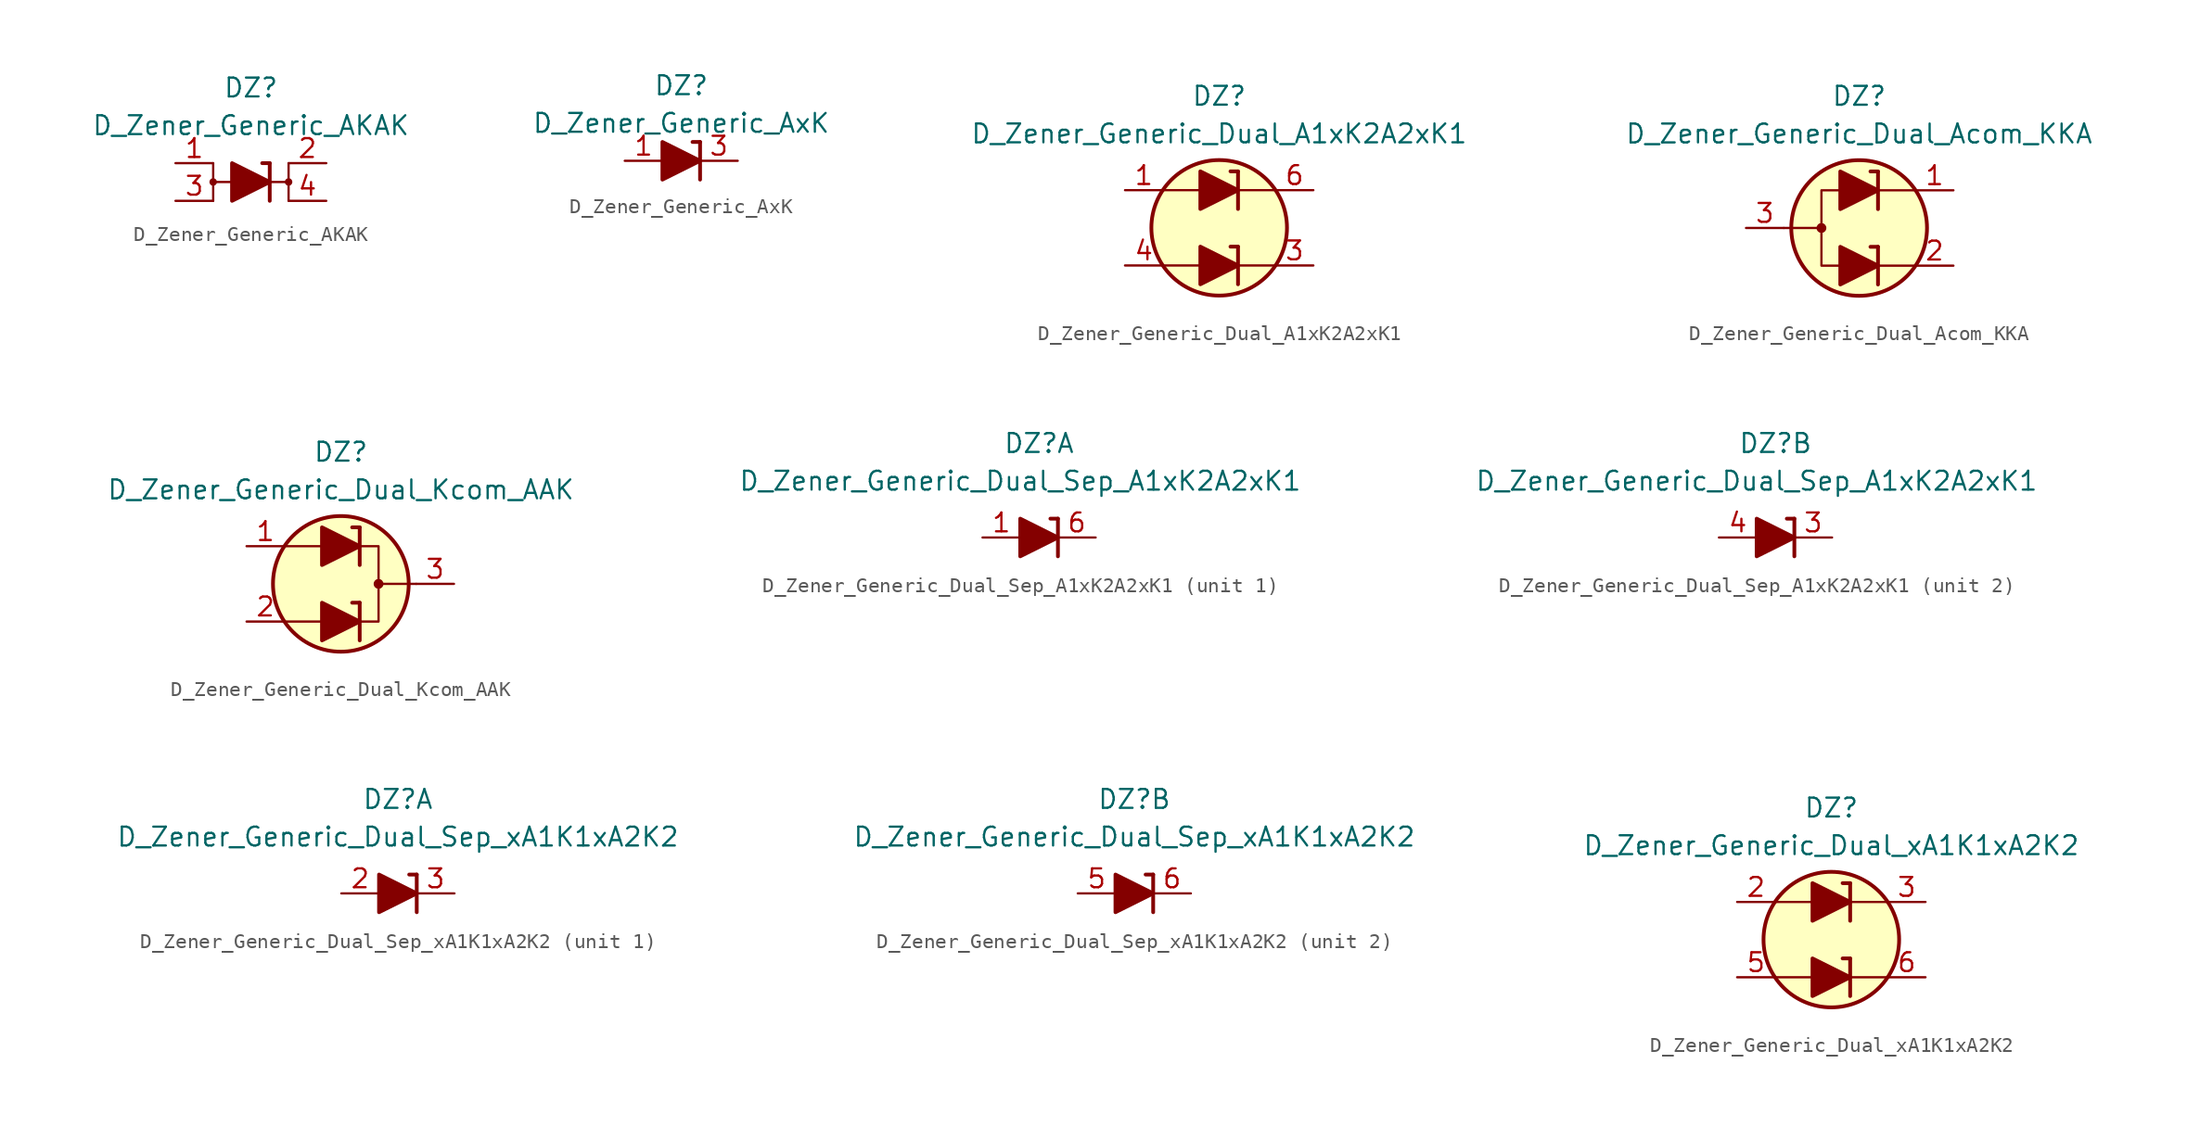
<source format=kicad_sym>
(kicad_symbol_lib
  (version 20211014)
  (generator kicad_symbol_editor)
  (symbol "D_Zener_Generic_AKAK"
    (pin_names
      (offset 1.016) hide)
    (property "Reference" "DZ"
      (at 0 6.35 0)
      (effects (font (size 1.27 1.27))))
    (property "Value" "D_Zener_Generic_AKAK"
      (at 0 3.81 0)
      (effects (font (size 1.27 1.27))))
    (symbol "D_Zener_Generic_AKAK_0_1"
      (circle (center -2.54 0) (radius 0.178) (stroke (width 0) (type default) (color 0 0 0 0)) (fill (type outline)))
      (polyline (pts (xy -2.54 -1.27) (xy -2.54 1.27)) (stroke (width 0) (type default) (color 0 0 0 0)) (fill (type none)))
      (polyline (pts (xy -1.27 0) (xy -2.54 0)) (stroke (width 0) (type default) (color 0 0 0 0)) (fill (type none)))
      (polyline (pts (xy -1.27 0) (xy 1.27 0)) (stroke (width 0) (type default) (color 0 0 0 0)) (fill (type none)))
      (polyline (pts (xy 1.27 -1.27) (xy 1.27 1.27)) (stroke (width 0.254) (type default) (color 0 0 0 0)) (fill (type none)))
      (polyline (pts (xy 1.27 1.27) (xy 0.762 1.27)) (stroke (width 0.254) (type default) (color 0 0 0 0)) (fill (type none)))
      (polyline (pts (xy -1.27 1.27) (xy -1.27 -1.27) (xy 1.27 0) (xy -1.27 1.27)) (stroke (width 0.254) (type default) (color 0 0 0 0)) (fill (type outline))))
    (symbol "D_Zener_Generic_AKAK_1_1"
      (polyline (pts (xy 1.27 0) (xy 2.54 0)) (stroke (width 0) (type default) (color 0 0 0 0)) (fill (type none)))
      (polyline (pts (xy 2.54 1.27) (xy 2.54 -1.27)) (stroke (width 0) (type default) (color 0 0 0 0)) (fill (type none)))
      (circle (center 2.54 0) (radius 0.178) (stroke (width 0) (type default) (color 0 0 0 0)) (fill (type outline)))
      (pin passive line (at -5.08 1.27 0) (length 2.54) (name "A" (effects (font (size 1.27 1.27)))) (number "1" (effects (font (size 1.27 1.27)))))
      (pin passive line (at 5.08 1.27 180) (length 2.54) (name "K" (effects (font (size 1.27 1.27)))) (number "2" (effects (font (size 1.27 1.27)))))
      (pin passive line (at -5.08 -1.27 0) (length 2.54) (name "A" (effects (font (size 1.27 1.27)))) (number "3" (effects (font (size 1.27 1.27)))))
      (pin passive line (at 5.08 -1.27 180) (length 2.54) (name "K" (effects (font (size 1.27 1.27)))) (number "4" (effects (font (size 1.27 1.27)))))))
  (symbol "D_Zener_Generic_AxK"
    (pin_names
      (offset 1.016) hide)
    (property "Reference" "DZ"
      (at 0 5.08 0)
      (effects (font (size 1.27 1.27))))
    (property "Value" "D_Zener_Generic_AxK"
      (at 0 2.54 0)
      (effects (font (size 1.27 1.27))))
    (symbol "D_Zener_Generic_AxK_0_1"
      (polyline (pts (xy -1.27 0) (xy 1.27 0)) (stroke (width 0) (type default) (color 0 0 0 0)) (fill (type none)))
      (polyline (pts (xy 1.27 -1.27) (xy 1.27 1.27)) (stroke (width 0.254) (type default) (color 0 0 0 0)) (fill (type none)))
      (polyline (pts (xy 1.27 1.27) (xy 0.762 1.27)) (stroke (width 0.254) (type default) (color 0 0 0 0)) (fill (type none)))
      (polyline (pts (xy -1.27 1.27) (xy -1.27 -1.27) (xy 1.27 0) (xy -1.27 1.27)) (stroke (width 0.254) (type default) (color 0 0 0 0)) (fill (type outline))))
    (symbol "D_Zener_Generic_AxK_1_1"
      (pin passive line (at -3.81 0 0) (length 2.54) (name "A" (effects (font (size 1.27 1.27)))) (number "1" (effects (font (size 1.27 1.27)))))
      (pin no_connect line (at 0 0 0) (length 2.54) hide (name "NC" (effects (font (size 1.27 1.27)))) (number "2" (effects (font (size 1.27 1.27)))))
      (pin passive line (at 3.81 0 180) (length 2.54) (name "K" (effects (font (size 1.27 1.27)))) (number "3" (effects (font (size 1.27 1.27)))))))
  (symbol "D_Zener_Generic_Dual_A1xK2A2xK1"
    (pin_names
      (offset 1.016) hide)
    (property "Reference" "DZ"
      (at 0 8.89 0)
      (effects (font (size 1.27 1.27))))
    (property "Value" "D_Zener_Generic_Dual_A1xK2A2xK1"
      (at 0 6.35 0)
      (effects (font (size 1.27 1.27))))
    (symbol "D_Zener_Generic_Dual_A1xK2A2xK1_0_1"
      (polyline (pts (xy -3.81 -2.54) (xy -1.27 -2.54)) (stroke (width 0) (type default) (color 0 0 0 0)) (fill (type none)))
      (polyline (pts (xy -3.81 2.54) (xy -1.27 2.54)) (stroke (width 0) (type default) (color 0 0 0 0)) (fill (type none)))
      (polyline (pts (xy 1.27 -2.54) (xy 3.81 -2.54)) (stroke (width 0) (type default) (color 0 0 0 0)) (fill (type none)))
      (polyline (pts (xy 1.27 -1.27) (xy 0.762 -1.27)) (stroke (width 0.254) (type default) (color 0 0 0 0)) (fill (type none)))
      (polyline (pts (xy 1.27 -1.27) (xy 1.27 -3.81)) (stroke (width 0.254) (type default) (color 0 0 0 0)) (fill (type none)))
      (polyline (pts (xy 1.27 2.54) (xy 3.81 2.54)) (stroke (width 0) (type default) (color 0 0 0 0)) (fill (type none)))
      (polyline (pts (xy 1.27 3.81) (xy 0.762 3.81)) (stroke (width 0.254) (type default) (color 0 0 0 0)) (fill (type none)))
      (polyline (pts (xy 1.27 3.81) (xy 1.27 1.27)) (stroke (width 0.254) (type default) (color 0 0 0 0)) (fill (type none)))
      (circle (center 0 0) (radius 4.572) (stroke (width 0.254) (type default) (color 0 0 0 0)) (fill (type background))))
    (symbol "D_Zener_Generic_Dual_A1xK2A2xK1_1_1"
      (polyline (pts (xy -1.27 -2.54) (xy 1.27 -2.54)) (stroke (width 0) (type default) (color 0 0 0 0)) (fill (type none)))
      (polyline (pts (xy -1.27 2.54) (xy 1.27 2.54)) (stroke (width 0) (type default) (color 0 0 0 0)) (fill (type none)))
      (polyline (pts (xy -1.27 -1.27) (xy -1.27 -3.81) (xy 1.27 -2.54) (xy -1.27 -1.27)) (stroke (width 0.254) (type default) (color 0 0 0 0)) (fill (type outline)))
      (polyline (pts (xy -1.27 3.81) (xy -1.27 1.27) (xy 1.27 2.54) (xy -1.27 3.81)) (stroke (width 0.254) (type default) (color 0 0 0 0)) (fill (type outline)))
      (pin passive line (at -6.35 2.54 0) (length 2.54) (name "A1" (effects (font (size 1.27 1.27)))) (number "1" (effects (font (size 1.27 1.27)))))
      (pin no_connect line (at -2.54 0 0) (length 2.54) hide (name "NC" (effects (font (size 1.27 1.27)))) (number "2" (effects (font (size 1.27 1.27)))))
      (pin passive line (at 6.35 -2.54 180) (length 2.54) (name "K2" (effects (font (size 1.27 1.27)))) (number "3" (effects (font (size 1.27 1.27)))))
      (pin passive line (at -6.35 -2.54 0) (length 2.54) (name "A2" (effects (font (size 1.27 1.27)))) (number "4" (effects (font (size 1.27 1.27)))))
      (pin no_connect line (at 2.54 0 180) (length 2.54) hide (name "NC" (effects (font (size 1.27 1.27)))) (number "5" (effects (font (size 1.27 1.27)))))
      (pin passive line (at 6.35 2.54 180) (length 2.54) (name "K1" (effects (font (size 1.27 1.27)))) (number "6" (effects (font (size 1.27 1.27)))))))
  (symbol "D_Zener_Generic_Dual_Acom_KKA"
    (pin_names
      (offset 1.016) hide)
    (property "Reference" "DZ"
      (at 0 8.89 0)
      (effects (font (size 1.27 1.27))))
    (property "Value" "D_Zener_Generic_Dual_Acom_KKA"
      (at 0 6.35 0)
      (effects (font (size 1.27 1.27))))
    (symbol "D_Zener_Generic_Dual_Acom_KKA_0_1"
      (circle (center -2.54 0) (radius 0.254) (stroke (width 0) (type default) (color 0 0 0 0)) (fill (type outline)))
      (polyline (pts (xy -5.08 0) (xy -2.54 0)) (stroke (width 0) (type default) (color 0 0 0 0)) (fill (type none)))
      (polyline (pts (xy 1.27 -2.54) (xy 3.81 -2.54)) (stroke (width 0) (type default) (color 0 0 0 0)) (fill (type none)))
      (polyline (pts (xy 1.27 -1.27) (xy 0.762 -1.27)) (stroke (width 0.254) (type default) (color 0 0 0 0)) (fill (type none)))
      (polyline (pts (xy 1.27 -1.27) (xy 1.27 -3.81)) (stroke (width 0.254) (type default) (color 0 0 0 0)) (fill (type none)))
      (polyline (pts (xy 1.27 2.54) (xy 3.81 2.54)) (stroke (width 0) (type default) (color 0 0 0 0)) (fill (type none)))
      (polyline (pts (xy 1.27 3.81) (xy 0.762 3.81)) (stroke (width 0.254) (type default) (color 0 0 0 0)) (fill (type none)))
      (polyline (pts (xy 1.27 3.81) (xy 1.27 1.27)) (stroke (width 0.254) (type default) (color 0 0 0 0)) (fill (type none)))
      (polyline (pts (xy -1.27 -2.54) (xy -2.54 -2.54) (xy -2.54 2.54) (xy -1.27 2.54)) (stroke (width 0) (type default) (color 0 0 0 0)) (fill (type none)))
      (circle (center 0 0) (radius 4.572) (stroke (width 0.254) (type default) (color 0 0 0 0)) (fill (type background))))
    (symbol "D_Zener_Generic_Dual_Acom_KKA_1_1"
      (polyline (pts (xy -1.27 -2.54) (xy 1.27 -2.54)) (stroke (width 0) (type default) (color 0 0 0 0)) (fill (type none)))
      (polyline (pts (xy -1.27 2.54) (xy 1.27 2.54)) (stroke (width 0) (type default) (color 0 0 0 0)) (fill (type none)))
      (polyline (pts (xy -1.27 -1.27) (xy -1.27 -3.81) (xy 1.27 -2.54) (xy -1.27 -1.27)) (stroke (width 0.254) (type default) (color 0 0 0 0)) (fill (type outline)))
      (polyline (pts (xy -1.27 3.81) (xy -1.27 1.27) (xy 1.27 2.54) (xy -1.27 3.81)) (stroke (width 0.254) (type default) (color 0 0 0 0)) (fill (type outline)))
      (pin passive line (at 6.35 2.54 180) (length 2.54) (name "K1" (effects (font (size 1.27 1.27)))) (number "1" (effects (font (size 1.27 1.27)))))
      (pin passive line (at 6.35 -2.54 180) (length 2.54) (name "K2" (effects (font (size 1.27 1.27)))) (number "2" (effects (font (size 1.27 1.27)))))
      (pin passive line (at -7.62 0 0) (length 2.54) (name "A" (effects (font (size 1.27 1.27)))) (number "3" (effects (font (size 1.27 1.27)))))))
  (symbol "D_Zener_Generic_Dual_Kcom_AAK"
    (pin_names
      (offset 1.016) hide)
    (property "Reference" "DZ"
      (at 0 8.89 0)
      (effects (font (size 1.27 1.27))))
    (property "Value" "D_Zener_Generic_Dual_Kcom_AAK"
      (at 0 6.35 0)
      (effects (font (size 1.27 1.27))))
    (symbol "D_Zener_Generic_Dual_Kcom_AAK_0_1"
      (polyline (pts (xy -1.27 -2.54) (xy -3.81 -2.54)) (stroke (width 0) (type default) (color 0 0 0 0)) (fill (type none)))
      (polyline (pts (xy -1.27 2.54) (xy -3.81 2.54)) (stroke (width 0) (type default) (color 0 0 0 0)) (fill (type none)))
      (polyline (pts (xy 1.27 -3.81) (xy 1.27 -1.27)) (stroke (width 0.254) (type default) (color 0 0 0 0)) (fill (type none)))
      (polyline (pts (xy 1.27 -1.27) (xy 0.762 -1.27)) (stroke (width 0.254) (type default) (color 0 0 0 0)) (fill (type none)))
      (polyline (pts (xy 1.27 1.27) (xy 1.27 3.81)) (stroke (width 0.254) (type default) (color 0 0 0 0)) (fill (type none)))
      (polyline (pts (xy 1.27 3.81) (xy 0.762 3.81)) (stroke (width 0.254) (type default) (color 0 0 0 0)) (fill (type none)))
      (polyline (pts (xy 5.08 0) (xy 2.54 0)) (stroke (width 0) (type default) (color 0 0 0 0)) (fill (type none)))
      (polyline (pts (xy 1.27 -2.54) (xy 2.54 -2.54) (xy 2.54 2.54) (xy 1.27 2.54)) (stroke (width 0) (type default) (color 0 0 0 0)) (fill (type none)))
      (circle (center 0 0) (radius 4.572) (stroke (width 0.254) (type default) (color 0 0 0 0)) (fill (type background)))
      (circle (center 2.54 0) (radius 0.254) (stroke (width 0) (type default) (color 0 0 0 0)) (fill (type outline))))
    (symbol "D_Zener_Generic_Dual_Kcom_AAK_1_1"
      (polyline (pts (xy -1.27 -2.54) (xy 1.27 -2.54)) (stroke (width 0) (type default) (color 0 0 0 0)) (fill (type none)))
      (polyline (pts (xy -1.27 2.54) (xy 1.27 2.54)) (stroke (width 0) (type default) (color 0 0 0 0)) (fill (type none)))
      (polyline (pts (xy -1.27 -3.81) (xy -1.27 -1.27) (xy 1.27 -2.54) (xy -1.27 -3.81)) (stroke (width 0.254) (type default) (color 0 0 0 0)) (fill (type outline)))
      (polyline (pts (xy -1.27 1.27) (xy -1.27 3.81) (xy 1.27 2.54) (xy -1.27 1.27)) (stroke (width 0.254) (type default) (color 0 0 0 0)) (fill (type outline)))
      (pin passive line (at -6.35 2.54 0) (length 2.54) (name "A2" (effects (font (size 1.27 1.27)))) (number "1" (effects (font (size 1.27 1.27)))))
      (pin passive line (at -6.35 -2.54 0) (length 2.54) (name "A1" (effects (font (size 1.27 1.27)))) (number "2" (effects (font (size 1.27 1.27)))))
      (pin passive line (at 7.62 0 180) (length 2.54) (name "K" (effects (font (size 1.27 1.27)))) (number "3" (effects (font (size 1.27 1.27)))))))
  (symbol "D_Zener_Generic_Dual_Sep_A1xK2A2xK1"
    (pin_names
      (offset 1.016) hide)
    (property "Reference" "DZ"
      (at 0 6.35 0)
      (effects (font (size 1.27 1.27))))
    (property "Value" "D_Zener_Generic_Dual_Sep_A1xK2A2xK1"
      (at -1.27 3.81 0)
      (effects (font (size 1.27 1.27))))
    (property "ki_locked" ""
      (at 0 0 0)
      (effects (font (size 1.27 1.27))))
    (symbol "D_Zener_Generic_Dual_Sep_A1xK2A2xK1_0_1"
      (polyline (pts (xy 1.27 1.27) (xy 1.27 -1.27)) (stroke (width 0.254) (type default) (color 0 0 0 0)) (fill (type none))))
    (symbol "D_Zener_Generic_Dual_Sep_A1xK2A2xK1_1_1"
      (polyline (pts (xy -1.27 0) (xy 1.27 0)) (stroke (width 0) (type default) (color 0 0 0 0)) (fill (type none)))
      (polyline (pts (xy 1.27 1.27) (xy 0.762 1.27)) (stroke (width 0.254) (type default) (color 0 0 0 0)) (fill (type none)))
      (polyline (pts (xy -1.27 1.27) (xy -1.27 -1.27) (xy 1.27 0) (xy -1.27 1.27)) (stroke (width 0.254) (type default) (color 0 0 0 0)) (fill (type outline)))
      (pin passive line (at -3.81 0 0) (length 2.54) (name "A1" (effects (font (size 1.27 1.27)))) (number "1" (effects (font (size 1.27 1.27)))))
      (pin no_connect line (at 0 0 0) (length 2.54) hide (name "NC" (effects (font (size 1.27 1.27)))) (number "2" (effects (font (size 1.27 1.27)))))
      (pin passive line (at 3.81 0 180) (length 2.54) (name "K1" (effects (font (size 1.27 1.27)))) (number "6" (effects (font (size 1.27 1.27))))))
    (symbol "D_Zener_Generic_Dual_Sep_A1xK2A2xK1_2_1"
      (polyline (pts (xy 1.27 0) (xy -1.27 0)) (stroke (width 0) (type default) (color 0 0 0 0)) (fill (type none)))
      (polyline (pts (xy 1.27 1.27) (xy 0.762 1.27)) (stroke (width 0.254) (type default) (color 0 0 0 0)) (fill (type none)))
      (polyline (pts (xy -1.27 1.27) (xy -1.27 -1.27) (xy 1.27 0) (xy -1.27 1.27)) (stroke (width 0.254) (type default) (color 0 0 0 0)) (fill (type outline)))
      (pin passive line (at 3.81 0 180) (length 2.54) (name "K2" (effects (font (size 1.27 1.27)))) (number "3" (effects (font (size 1.27 1.27)))))
      (pin passive line (at -3.81 0 0) (length 2.54) (name "A2" (effects (font (size 1.27 1.27)))) (number "4" (effects (font (size 1.27 1.27)))))
      (pin no_connect line (at 0 0 0) (length 2.54) hide (name "NC" (effects (font (size 1.27 1.27)))) (number "5" (effects (font (size 1.27 1.27)))))))
  (symbol "D_Zener_Generic_Dual_Sep_xA1K1xA2K2"
    (pin_names
      (offset 1.016) hide)
    (property "Reference" "DZ"
      (at 0 6.35 0)
      (effects (font (size 1.27 1.27))))
    (property "Value" "D_Zener_Generic_Dual_Sep_xA1K1xA2K2"
      (at 0 3.81 0)
      (effects (font (size 1.27 1.27))))
    (property "ki_locked" ""
      (at 0 0 0)
      (effects (font (size 1.27 1.27))))
    (symbol "D_Zener_Generic_Dual_Sep_xA1K1xA2K2_0_1"
      (polyline (pts (xy 1.27 1.27) (xy 1.27 -1.27)) (stroke (width 0.254) (type default) (color 0 0 0 0)) (fill (type none))))
    (symbol "D_Zener_Generic_Dual_Sep_xA1K1xA2K2_1_1"
      (polyline (pts (xy -1.27 0) (xy 1.27 0)) (stroke (width 0) (type default) (color 0 0 0 0)) (fill (type none)))
      (polyline (pts (xy 1.27 1.27) (xy 0.762 1.27)) (stroke (width 0.254) (type default) (color 0 0 0 0)) (fill (type none)))
      (polyline (pts (xy -1.27 1.27) (xy -1.27 -1.27) (xy 1.27 0) (xy -1.27 1.27)) (stroke (width 0.254) (type default) (color 0 0 0 0)) (fill (type outline)))
      (pin no_connect line (at 0 0 0) (length 2.54) hide (name "NC" (effects (font (size 1.27 1.27)))) (number "1" (effects (font (size 1.27 1.27)))))
      (pin passive line (at -3.81 0 0) (length 2.54) (name "A1" (effects (font (size 1.27 1.27)))) (number "2" (effects (font (size 1.27 1.27)))))
      (pin passive line (at 3.81 0 180) (length 2.54) (name "K1" (effects (font (size 1.27 1.27)))) (number "3" (effects (font (size 1.27 1.27))))))
    (symbol "D_Zener_Generic_Dual_Sep_xA1K1xA2K2_2_1"
      (polyline (pts (xy -1.27 0) (xy 1.27 0)) (stroke (width 0) (type default) (color 0 0 0 0)) (fill (type none)))
      (polyline (pts (xy 1.27 1.27) (xy 0.762 1.27)) (stroke (width 0.254) (type default) (color 0 0 0 0)) (fill (type none)))
      (polyline (pts (xy -1.27 1.27) (xy -1.27 -1.27) (xy 1.27 0) (xy -1.27 1.27)) (stroke (width 0.254) (type default) (color 0 0 0 0)) (fill (type outline)))
      (pin no_connect line (at 0 0 0) (length 2.54) hide (name "NC" (effects (font (size 1.27 1.27)))) (number "4" (effects (font (size 1.27 1.27)))))
      (pin passive line (at -3.81 0 0) (length 2.54) (name "A2" (effects (font (size 1.27 1.27)))) (number "5" (effects (font (size 1.27 1.27)))))
      (pin passive line (at 3.81 0 180) (length 2.54) (name "K2" (effects (font (size 1.27 1.27)))) (number "6" (effects (font (size 1.27 1.27)))))))
  (symbol "D_Zener_Generic_Dual_xA1K1xA2K2"
    (pin_names
      (offset 1.016) hide)
    (property "Reference" "DZ"
      (at 0 8.89 0)
      (effects (font (size 1.27 1.27))))
    (property "Value" "D_Zener_Generic_Dual_xA1K1xA2K2"
      (at 0 6.35 0)
      (effects (font (size 1.27 1.27))))
    (symbol "D_Zener_Generic_Dual_xA1K1xA2K2_0_1"
      (polyline (pts (xy -3.81 -2.54) (xy -1.27 -2.54)) (stroke (width 0) (type default) (color 0 0 0 0)) (fill (type none)))
      (polyline (pts (xy -3.81 2.54) (xy -1.27 2.54)) (stroke (width 0) (type default) (color 0 0 0 0)) (fill (type none)))
      (polyline (pts (xy 1.27 -2.54) (xy 3.81 -2.54)) (stroke (width 0) (type default) (color 0 0 0 0)) (fill (type none)))
      (polyline (pts (xy 1.27 -1.27) (xy 0.762 -1.27)) (stroke (width 0.254) (type default) (color 0 0 0 0)) (fill (type none)))
      (polyline (pts (xy 1.27 -1.27) (xy 1.27 -3.81)) (stroke (width 0.254) (type default) (color 0 0 0 0)) (fill (type none)))
      (polyline (pts (xy 1.27 2.54) (xy 3.81 2.54)) (stroke (width 0) (type default) (color 0 0 0 0)) (fill (type none)))
      (polyline (pts (xy 1.27 3.81) (xy 0.762 3.81)) (stroke (width 0.254) (type default) (color 0 0 0 0)) (fill (type none)))
      (polyline (pts (xy 1.27 3.81) (xy 1.27 1.27)) (stroke (width 0.254) (type default) (color 0 0 0 0)) (fill (type none)))
      (circle (center 0 0) (radius 4.572) (stroke (width 0.254) (type default) (color 0 0 0 0)) (fill (type background))))
    (symbol "D_Zener_Generic_Dual_xA1K1xA2K2_1_1"
      (polyline (pts (xy -1.27 -2.54) (xy 1.27 -2.54)) (stroke (width 0) (type default) (color 0 0 0 0)) (fill (type none)))
      (polyline (pts (xy -1.27 2.54) (xy 1.27 2.54)) (stroke (width 0) (type default) (color 0 0 0 0)) (fill (type none)))
      (polyline (pts (xy -1.27 -1.27) (xy -1.27 -3.81) (xy 1.27 -2.54) (xy -1.27 -1.27)) (stroke (width 0.254) (type default) (color 0 0 0 0)) (fill (type outline)))
      (polyline (pts (xy -1.27 3.81) (xy -1.27 1.27) (xy 1.27 2.54) (xy -1.27 3.81)) (stroke (width 0.254) (type default) (color 0 0 0 0)) (fill (type outline)))
      (pin no_connect line (at -2.54 0 0) (length 2.54) hide (name "NC" (effects (font (size 1.27 1.27)))) (number "1" (effects (font (size 1.27 1.27)))))
      (pin passive line (at -6.35 2.54 0) (length 2.54) (name "A1" (effects (font (size 1.27 1.27)))) (number "2" (effects (font (size 1.27 1.27)))))
      (pin passive line (at 6.35 2.54 180) (length 2.54) (name "K1" (effects (font (size 1.27 1.27)))) (number "3" (effects (font (size 1.27 1.27)))))
      (pin no_connect line (at 2.54 0 180) (length 2.54) hide (name "NC" (effects (font (size 1.27 1.27)))) (number "4" (effects (font (size 1.27 1.27)))))
      (pin passive line (at -6.35 -2.54 0) (length 2.54) (name "A2" (effects (font (size 1.27 1.27)))) (number "5" (effects (font (size 1.27 1.27)))))
      (pin passive line (at 6.35 -2.54 180) (length 2.54) (name "K2" (effects (font (size 1.27 1.27)))) (number "6" (effects (font (size 1.27 1.27))))))))
</source>
